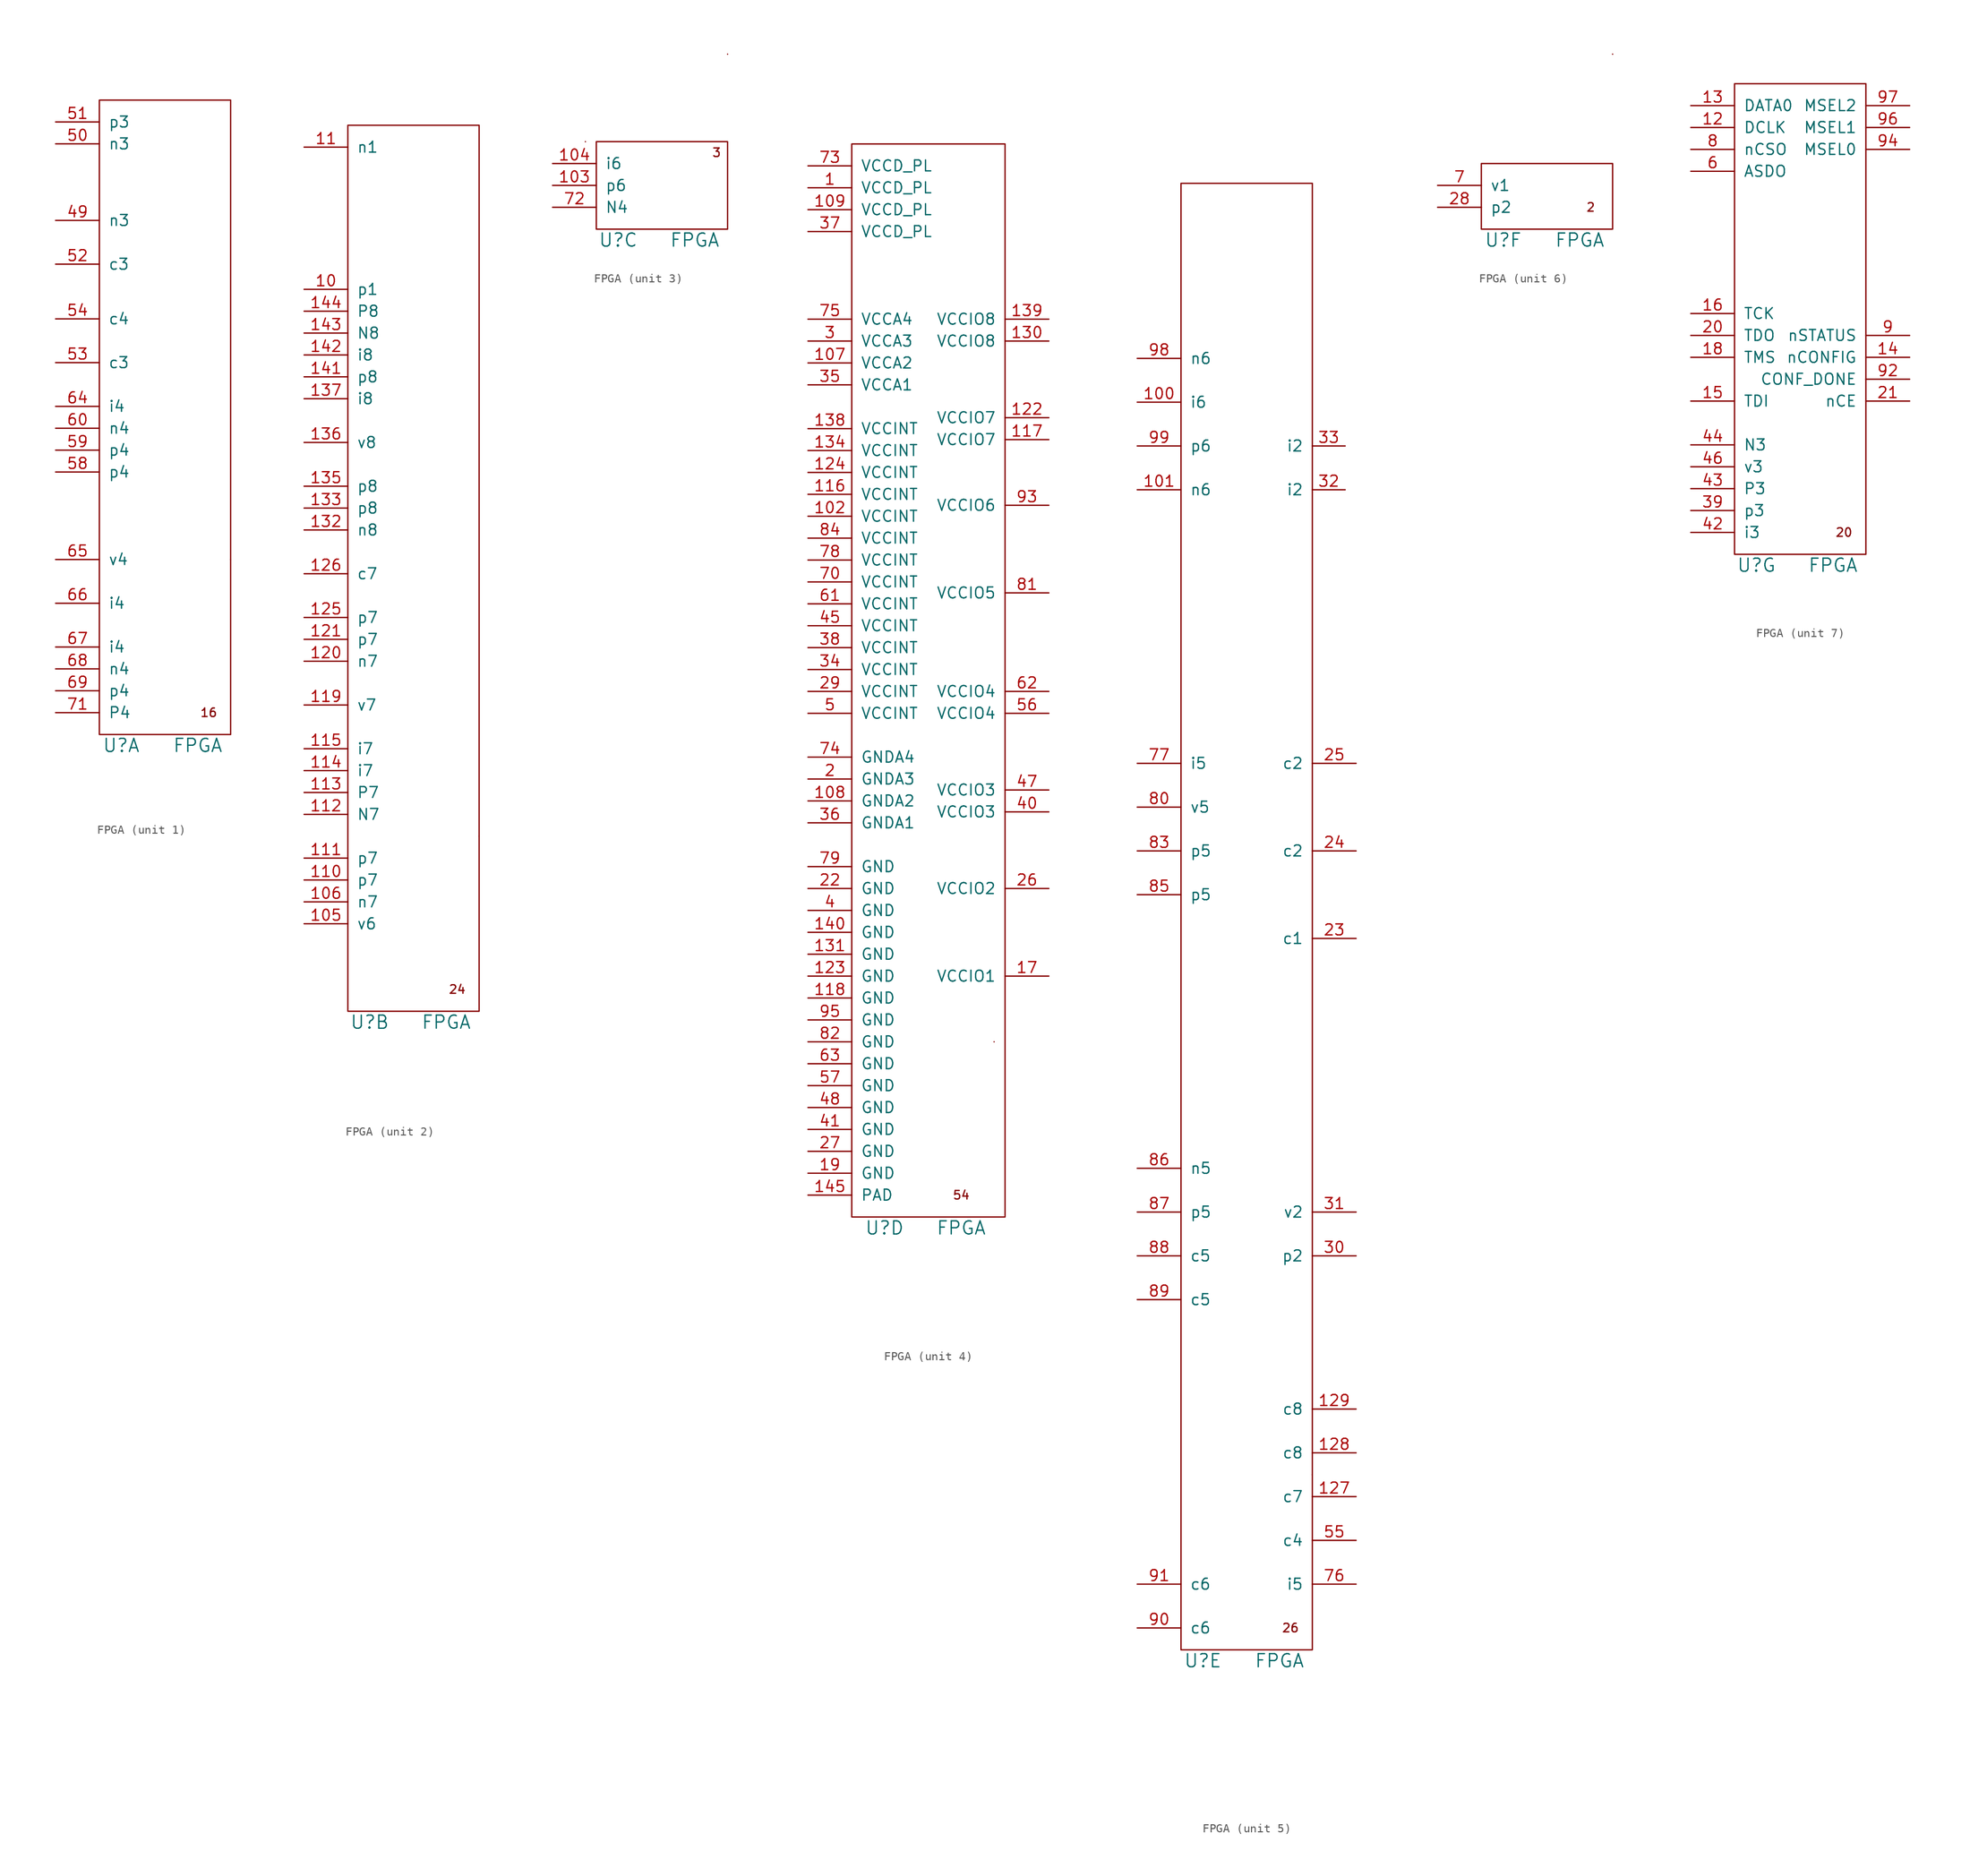
<source format=kicad_sym>
(kicad_symbol_lib
  (version 20210619)
  (generator kicad_symbol_editor)
  (symbol "hermeslite:FPGA"
    (pin_names
      (offset 1.016))
    (property "Reference" "U"
      (at 3.81 -1.27 0)
      (effects (font (size 1.524 1.524))))
    (property "Value" "FPGA"
      (at 12.7 -1.27 0)
      (effects (font (size 1.524 1.524))))
    (property "Footprint" ""
      (at 0 15.24 0)
      (effects (font (size 1.524 1.524))))
    (property "Datasheet" ""
      (at 0 15.24 0)
      (effects (font (size 1.524 1.524))))
    (property "ki_locked" ""
      (at 0 0 0)
      (effects (font (size 1.27 1.27))))
    (symbol "FPGA_0_1"
      (rectangle (start 16.51 20.32) (end 16.51 20.32) (stroke (width 0)) (fill (type none))))
    (symbol "FPGA_1_1"
      (text "16" (at 13.97 2.54 0) (effects (font (size 0.991 0.991))))
      (rectangle (start 1.27 73.66) (end 16.51 0) (stroke (width 0)) (fill (type none)))
      (pin bidirectional line (at -3.81 59.69 0) (length 5.08) (name "n3" (effects (font (size 1.27 1.27)))) (number "49" (effects (font (size 1.27 1.27)))))
      (pin bidirectional line (at -3.81 68.58 0) (length 5.08) (name "n3" (effects (font (size 1.27 1.27)))) (number "50" (effects (font (size 1.27 1.27)))))
      (pin bidirectional line (at -3.81 71.12 0) (length 5.08) (name "p3" (effects (font (size 1.27 1.27)))) (number "51" (effects (font (size 1.27 1.27)))))
      (pin bidirectional line (at -3.81 54.61 0) (length 5.08) (name "c3" (effects (font (size 1.27 1.27)))) (number "52" (effects (font (size 1.27 1.27)))))
      (pin bidirectional line (at -3.81 43.18 0) (length 5.08) (name "c3" (effects (font (size 1.27 1.27)))) (number "53" (effects (font (size 1.27 1.27)))))
      (pin bidirectional line (at -3.81 48.26 0) (length 5.08) (name "c4" (effects (font (size 1.27 1.27)))) (number "54" (effects (font (size 1.27 1.27)))))
      (pin bidirectional line (at -3.81 30.48 0) (length 5.08) (name "p4" (effects (font (size 1.27 1.27)))) (number "58" (effects (font (size 1.27 1.27)))))
      (pin bidirectional line (at -3.81 33.02 0) (length 5.08) (name "p4" (effects (font (size 1.27 1.27)))) (number "59" (effects (font (size 1.27 1.27)))))
      (pin bidirectional line (at -3.81 35.56 0) (length 5.08) (name "n4" (effects (font (size 1.27 1.27)))) (number "60" (effects (font (size 1.27 1.27)))))
      (pin bidirectional line (at -3.81 38.1 0) (length 5.08) (name "i4" (effects (font (size 1.27 1.27)))) (number "64" (effects (font (size 1.27 1.27)))))
      (pin bidirectional line (at -3.81 20.32 0) (length 5.08) (name "v4" (effects (font (size 1.27 1.27)))) (number "65" (effects (font (size 1.27 1.27)))))
      (pin bidirectional line (at -3.81 15.24 0) (length 5.08) (name "i4" (effects (font (size 1.27 1.27)))) (number "66" (effects (font (size 1.27 1.27)))))
      (pin input line (at -3.81 10.16 0) (length 5.08) (name "i4" (effects (font (size 1.27 1.27)))) (number "67" (effects (font (size 1.27 1.27)))))
      (pin input line (at -3.81 7.62 0) (length 5.08) (name "n4" (effects (font (size 1.27 1.27)))) (number "68" (effects (font (size 1.27 1.27)))))
      (pin input line (at -3.81 5.08 0) (length 5.08) (name "p4" (effects (font (size 1.27 1.27)))) (number "69" (effects (font (size 1.27 1.27)))))
      (pin input line (at -3.81 2.54 0) (length 5.08) (name "P4" (effects (font (size 1.27 1.27)))) (number "71" (effects (font (size 1.27 1.27))))))
    (symbol "FPGA_2_1"
      (text "24" (at 13.97 2.54 0) (effects (font (size 0.991 0.991))))
      (rectangle (start 1.27 102.87) (end 16.51 0) (stroke (width 0)) (fill (type none)))
      (pin bidirectional line (at -3.81 83.82 0) (length 5.08) (name "p1" (effects (font (size 1.27 1.27)))) (number "10" (effects (font (size 1.27 1.27)))))
      (pin bidirectional line (at -3.81 10.16 0) (length 5.08) (name "v6" (effects (font (size 1.27 1.27)))) (number "105" (effects (font (size 1.27 1.27)))))
      (pin bidirectional line (at -3.81 12.7 0) (length 5.08) (name "n7" (effects (font (size 1.27 1.27)))) (number "106" (effects (font (size 1.27 1.27)))))
      (pin bidirectional line (at -3.81 100.33 0) (length 5.08) (name "n1" (effects (font (size 1.27 1.27)))) (number "11" (effects (font (size 1.27 1.27)))))
      (pin bidirectional line (at -3.81 15.24 0) (length 5.08) (name "p7" (effects (font (size 1.27 1.27)))) (number "110" (effects (font (size 1.27 1.27)))))
      (pin bidirectional line (at -3.81 17.78 0) (length 5.08) (name "p7" (effects (font (size 1.27 1.27)))) (number "111" (effects (font (size 1.27 1.27)))))
      (pin bidirectional line (at -3.81 22.86 0) (length 5.08) (name "N7" (effects (font (size 1.27 1.27)))) (number "112" (effects (font (size 1.27 1.27)))))
      (pin bidirectional line (at -3.81 25.4 0) (length 5.08) (name "P7" (effects (font (size 1.27 1.27)))) (number "113" (effects (font (size 1.27 1.27)))))
      (pin bidirectional line (at -3.81 27.94 0) (length 5.08) (name "i7" (effects (font (size 1.27 1.27)))) (number "114" (effects (font (size 1.27 1.27)))))
      (pin bidirectional line (at -3.81 30.48 0) (length 5.08) (name "i7" (effects (font (size 1.27 1.27)))) (number "115" (effects (font (size 1.27 1.27)))))
      (pin bidirectional line (at -3.81 35.56 0) (length 5.08) (name "v7" (effects (font (size 1.27 1.27)))) (number "119" (effects (font (size 1.27 1.27)))))
      (pin bidirectional line (at -3.81 40.64 0) (length 5.08) (name "n7" (effects (font (size 1.27 1.27)))) (number "120" (effects (font (size 1.27 1.27)))))
      (pin bidirectional line (at -3.81 43.18 0) (length 5.08) (name "p7" (effects (font (size 1.27 1.27)))) (number "121" (effects (font (size 1.27 1.27)))))
      (pin bidirectional line (at -3.81 45.72 0) (length 5.08) (name "p7" (effects (font (size 1.27 1.27)))) (number "125" (effects (font (size 1.27 1.27)))))
      (pin bidirectional line (at -3.81 50.8 0) (length 5.08) (name "c7" (effects (font (size 1.27 1.27)))) (number "126" (effects (font (size 1.27 1.27)))))
      (pin bidirectional line (at -3.81 55.88 0) (length 5.08) (name "n8" (effects (font (size 1.27 1.27)))) (number "132" (effects (font (size 1.27 1.27)))))
      (pin bidirectional line (at -3.81 58.42 0) (length 5.08) (name "p8" (effects (font (size 1.27 1.27)))) (number "133" (effects (font (size 1.27 1.27)))))
      (pin bidirectional line (at -3.81 60.96 0) (length 5.08) (name "p8" (effects (font (size 1.27 1.27)))) (number "135" (effects (font (size 1.27 1.27)))))
      (pin bidirectional line (at -3.81 66.04 0) (length 5.08) (name "v8" (effects (font (size 1.27 1.27)))) (number "136" (effects (font (size 1.27 1.27)))))
      (pin bidirectional line (at -3.81 71.12 0) (length 5.08) (name "i8" (effects (font (size 1.27 1.27)))) (number "137" (effects (font (size 1.27 1.27)))))
      (pin bidirectional line (at -3.81 73.66 0) (length 5.08) (name "p8" (effects (font (size 1.27 1.27)))) (number "141" (effects (font (size 1.27 1.27)))))
      (pin bidirectional line (at -3.81 76.2 0) (length 5.08) (name "i8" (effects (font (size 1.27 1.27)))) (number "142" (effects (font (size 1.27 1.27)))))
      (pin bidirectional line (at -3.81 78.74 0) (length 5.08) (name "N8" (effects (font (size 1.27 1.27)))) (number "143" (effects (font (size 1.27 1.27)))))
      (pin bidirectional line (at -3.81 81.28 0) (length 5.08) (name "P8" (effects (font (size 1.27 1.27)))) (number "144" (effects (font (size 1.27 1.27))))))
    (symbol "FPGA_3_1"
      (text "3" (at 15.24 8.89 0) (effects (font (size 0.991 0.991))))
      (rectangle (start 0 10.16) (end 0 10.16) (stroke (width 0)) (fill (type none)))
      (rectangle (start 1.27 10.16) (end 16.51 0) (stroke (width 0)) (fill (type none)))
      (pin input line (at -3.81 5.08 0) (length 5.08) (name "p6" (effects (font (size 1.27 1.27)))) (number "103" (effects (font (size 1.27 1.27)))))
      (pin input line (at -3.81 7.62 0) (length 5.08) (name "i6" (effects (font (size 1.27 1.27)))) (number "104" (effects (font (size 1.27 1.27)))))
      (pin input line (at -3.81 2.54 0) (length 5.08) (name "N4" (effects (font (size 1.27 1.27)))) (number "72" (effects (font (size 1.27 1.27))))))
    (symbol "FPGA_4_1"
      (text "54" (at 12.7 2.54 0) (effects (font (size 0.991 0.991))))
      (rectangle (start 0 124.46) (end 17.78 0) (stroke (width 0)) (fill (type none)))
      (pin power_in line (at -5.08 119.38 0) (length 5.08) (name "VCCD_PL" (effects (font (size 1.27 1.27)))) (number "1" (effects (font (size 1.27 1.27)))))
      (pin power_in line (at -5.08 81.28 0) (length 5.08) (name "VCCINT" (effects (font (size 1.27 1.27)))) (number "102" (effects (font (size 1.27 1.27)))))
      (pin power_in line (at -5.08 99.06 0) (length 5.08) (name "VCCA2" (effects (font (size 1.27 1.27)))) (number "107" (effects (font (size 1.27 1.27)))))
      (pin power_in line (at -5.08 48.26 0) (length 5.08) (name "GNDA2" (effects (font (size 1.27 1.27)))) (number "108" (effects (font (size 1.27 1.27)))))
      (pin power_in line (at -5.08 116.84 0) (length 5.08) (name "VCCD_PL" (effects (font (size 1.27 1.27)))) (number "109" (effects (font (size 1.27 1.27)))))
      (pin power_in line (at -5.08 83.82 0) (length 5.08) (name "VCCINT" (effects (font (size 1.27 1.27)))) (number "116" (effects (font (size 1.27 1.27)))))
      (pin power_in line (at 22.86 90.17 180) (length 5.08) (name "VCCIO7" (effects (font (size 1.27 1.27)))) (number "117" (effects (font (size 1.27 1.27)))))
      (pin power_in line (at -5.08 25.4 0) (length 5.08) (name "GND" (effects (font (size 1.27 1.27)))) (number "118" (effects (font (size 1.27 1.27)))))
      (pin power_in line (at 22.86 92.71 180) (length 5.08) (name "VCCIO7" (effects (font (size 1.27 1.27)))) (number "122" (effects (font (size 1.27 1.27)))))
      (pin power_in line (at -5.08 27.94 0) (length 5.08) (name "GND" (effects (font (size 1.27 1.27)))) (number "123" (effects (font (size 1.27 1.27)))))
      (pin power_in line (at -5.08 86.36 0) (length 5.08) (name "VCCINT" (effects (font (size 1.27 1.27)))) (number "124" (effects (font (size 1.27 1.27)))))
      (pin power_in line (at 22.86 101.6 180) (length 5.08) (name "VCCIO8" (effects (font (size 1.27 1.27)))) (number "130" (effects (font (size 1.27 1.27)))))
      (pin power_in line (at -5.08 30.48 0) (length 5.08) (name "GND" (effects (font (size 1.27 1.27)))) (number "131" (effects (font (size 1.27 1.27)))))
      (pin power_in line (at -5.08 88.9 0) (length 5.08) (name "VCCINT" (effects (font (size 1.27 1.27)))) (number "134" (effects (font (size 1.27 1.27)))))
      (pin power_in line (at -5.08 91.44 0) (length 5.08) (name "VCCINT" (effects (font (size 1.27 1.27)))) (number "138" (effects (font (size 1.27 1.27)))))
      (pin power_in line (at 22.86 104.14 180) (length 5.08) (name "VCCIO8" (effects (font (size 1.27 1.27)))) (number "139" (effects (font (size 1.27 1.27)))))
      (pin power_in line (at -5.08 33.02 0) (length 5.08) (name "GND" (effects (font (size 1.27 1.27)))) (number "140" (effects (font (size 1.27 1.27)))))
      (pin power_in line (at -5.08 2.54 0) (length 5.08) (name "PAD" (effects (font (size 1.27 1.27)))) (number "145" (effects (font (size 1.27 1.27)))))
      (pin power_in line (at 22.86 27.94 180) (length 5.08) (name "VCCIO1" (effects (font (size 1.27 1.27)))) (number "17" (effects (font (size 1.27 1.27)))))
      (pin power_in line (at -5.08 5.08 0) (length 5.08) (name "GND" (effects (font (size 1.27 1.27)))) (number "19" (effects (font (size 1.27 1.27)))))
      (pin power_in line (at -5.08 50.8 0) (length 5.08) (name "GNDA3" (effects (font (size 1.27 1.27)))) (number "2" (effects (font (size 1.27 1.27)))))
      (pin power_in line (at -5.08 38.1 0) (length 5.08) (name "GND" (effects (font (size 1.27 1.27)))) (number "22" (effects (font (size 1.27 1.27)))))
      (pin power_in line (at 22.86 38.1 180) (length 5.08) (name "VCCIO2" (effects (font (size 1.27 1.27)))) (number "26" (effects (font (size 1.27 1.27)))))
      (pin power_in line (at -5.08 7.62 0) (length 5.08) (name "GND" (effects (font (size 1.27 1.27)))) (number "27" (effects (font (size 1.27 1.27)))))
      (pin power_in line (at -5.08 60.96 0) (length 5.08) (name "VCCINT" (effects (font (size 1.27 1.27)))) (number "29" (effects (font (size 1.27 1.27)))))
      (pin power_in line (at -5.08 101.6 0) (length 5.08) (name "VCCA3" (effects (font (size 1.27 1.27)))) (number "3" (effects (font (size 1.27 1.27)))))
      (pin power_in line (at -5.08 63.5 0) (length 5.08) (name "VCCINT" (effects (font (size 1.27 1.27)))) (number "34" (effects (font (size 1.27 1.27)))))
      (pin power_in line (at -5.08 96.52 0) (length 5.08) (name "VCCA1" (effects (font (size 1.27 1.27)))) (number "35" (effects (font (size 1.27 1.27)))))
      (pin power_in line (at -5.08 45.72 0) (length 5.08) (name "GNDA1" (effects (font (size 1.27 1.27)))) (number "36" (effects (font (size 1.27 1.27)))))
      (pin power_in line (at -5.08 114.3 0) (length 5.08) (name "VCCD_PL" (effects (font (size 1.27 1.27)))) (number "37" (effects (font (size 1.27 1.27)))))
      (pin power_in line (at -5.08 66.04 0) (length 5.08) (name "VCCINT" (effects (font (size 1.27 1.27)))) (number "38" (effects (font (size 1.27 1.27)))))
      (pin power_in line (at -5.08 35.56 0) (length 5.08) (name "GND" (effects (font (size 1.27 1.27)))) (number "4" (effects (font (size 1.27 1.27)))))
      (pin power_in line (at 22.86 46.99 180) (length 5.08) (name "VCCIO3" (effects (font (size 1.27 1.27)))) (number "40" (effects (font (size 1.27 1.27)))))
      (pin power_in line (at -5.08 10.16 0) (length 5.08) (name "GND" (effects (font (size 1.27 1.27)))) (number "41" (effects (font (size 1.27 1.27)))))
      (pin power_in line (at -5.08 68.58 0) (length 5.08) (name "VCCINT" (effects (font (size 1.27 1.27)))) (number "45" (effects (font (size 1.27 1.27)))))
      (pin power_in line (at 22.86 49.53 180) (length 5.08) (name "VCCIO3" (effects (font (size 1.27 1.27)))) (number "47" (effects (font (size 1.27 1.27)))))
      (pin power_in line (at -5.08 12.7 0) (length 5.08) (name "GND" (effects (font (size 1.27 1.27)))) (number "48" (effects (font (size 1.27 1.27)))))
      (pin power_in line (at -5.08 58.42 0) (length 5.08) (name "VCCINT" (effects (font (size 1.27 1.27)))) (number "5" (effects (font (size 1.27 1.27)))))
      (pin power_in line (at 22.86 58.42 180) (length 5.08) (name "VCCIO4" (effects (font (size 1.27 1.27)))) (number "56" (effects (font (size 1.27 1.27)))))
      (pin power_in line (at -5.08 15.24 0) (length 5.08) (name "GND" (effects (font (size 1.27 1.27)))) (number "57" (effects (font (size 1.27 1.27)))))
      (pin power_in line (at -5.08 71.12 0) (length 5.08) (name "VCCINT" (effects (font (size 1.27 1.27)))) (number "61" (effects (font (size 1.27 1.27)))))
      (pin power_in line (at 22.86 60.96 180) (length 5.08) (name "VCCIO4" (effects (font (size 1.27 1.27)))) (number "62" (effects (font (size 1.27 1.27)))))
      (pin power_in line (at -5.08 17.78 0) (length 5.08) (name "GND" (effects (font (size 1.27 1.27)))) (number "63" (effects (font (size 1.27 1.27)))))
      (pin power_in line (at -5.08 73.66 0) (length 5.08) (name "VCCINT" (effects (font (size 1.27 1.27)))) (number "70" (effects (font (size 1.27 1.27)))))
      (pin power_in line (at -5.08 121.92 0) (length 5.08) (name "VCCD_PL" (effects (font (size 1.27 1.27)))) (number "73" (effects (font (size 1.27 1.27)))))
      (pin power_in line (at -5.08 53.34 0) (length 5.08) (name "GNDA4" (effects (font (size 1.27 1.27)))) (number "74" (effects (font (size 1.27 1.27)))))
      (pin power_in line (at -5.08 104.14 0) (length 5.08) (name "VCCA4" (effects (font (size 1.27 1.27)))) (number "75" (effects (font (size 1.27 1.27)))))
      (pin power_in line (at -5.08 76.2 0) (length 5.08) (name "VCCINT" (effects (font (size 1.27 1.27)))) (number "78" (effects (font (size 1.27 1.27)))))
      (pin power_in line (at -5.08 40.64 0) (length 5.08) (name "GND" (effects (font (size 1.27 1.27)))) (number "79" (effects (font (size 1.27 1.27)))))
      (pin power_in line (at 22.86 72.39 180) (length 5.08) (name "VCCIO5" (effects (font (size 1.27 1.27)))) (number "81" (effects (font (size 1.27 1.27)))))
      (pin power_in line (at -5.08 20.32 0) (length 5.08) (name "GND" (effects (font (size 1.27 1.27)))) (number "82" (effects (font (size 1.27 1.27)))))
      (pin power_in line (at -5.08 78.74 0) (length 5.08) (name "VCCINT" (effects (font (size 1.27 1.27)))) (number "84" (effects (font (size 1.27 1.27)))))
      (pin power_in line (at 22.86 82.55 180) (length 5.08) (name "VCCIO6" (effects (font (size 1.27 1.27)))) (number "93" (effects (font (size 1.27 1.27)))))
      (pin power_in line (at -5.08 22.86 0) (length 5.08) (name "GND" (effects (font (size 1.27 1.27)))) (number "95" (effects (font (size 1.27 1.27))))))
    (symbol "FPGA_5_1"
      (text "26" (at 13.97 2.54 0) (effects (font (size 0.991 0.991))))
      (rectangle (start 1.27 170.18) (end 16.51 0) (stroke (width 0)) (fill (type none)))
      (pin output line (at -3.81 144.78 0) (length 5.08) (name "i6" (effects (font (size 1.27 1.27)))) (number "100" (effects (font (size 1.27 1.27)))))
      (pin output line (at -3.81 134.62 0) (length 5.08) (name "n6" (effects (font (size 1.27 1.27)))) (number "101" (effects (font (size 1.27 1.27)))))
      (pin input line (at 21.59 17.78 180) (length 5.08) (name "c7" (effects (font (size 1.27 1.27)))) (number "127" (effects (font (size 1.27 1.27)))))
      (pin input line (at 21.59 22.86 180) (length 5.08) (name "c8" (effects (font (size 1.27 1.27)))) (number "128" (effects (font (size 1.27 1.27)))))
      (pin input line (at 21.59 27.94 180) (length 5.08) (name "c8" (effects (font (size 1.27 1.27)))) (number "129" (effects (font (size 1.27 1.27)))))
      (pin input line (at 21.59 82.55 180) (length 5.08) (name "c1" (effects (font (size 1.27 1.27)))) (number "23" (effects (font (size 1.27 1.27)))))
      (pin input line (at 21.59 92.71 180) (length 5.08) (name "c2" (effects (font (size 1.27 1.27)))) (number "24" (effects (font (size 1.27 1.27)))))
      (pin input line (at 21.59 102.87 180) (length 5.08) (name "c2" (effects (font (size 1.27 1.27)))) (number "25" (effects (font (size 1.27 1.27)))))
      (pin input line (at 21.59 45.72 180) (length 5.08) (name "p2" (effects (font (size 1.27 1.27)))) (number "30" (effects (font (size 1.27 1.27)))))
      (pin input line (at 21.59 50.8 180) (length 5.08) (name "v2" (effects (font (size 1.27 1.27)))) (number "31" (effects (font (size 1.27 1.27)))))
      (pin power_out line (at 20.32 134.62 180) (length 3.81) (name "i2" (effects (font (size 1.27 1.27)))) (number "32" (effects (font (size 1.27 1.27)))))
      (pin power_out line (at 20.32 139.7 180) (length 3.81) (name "i2" (effects (font (size 1.27 1.27)))) (number "33" (effects (font (size 1.27 1.27)))))
      (pin bidirectional line (at 21.59 12.7 180) (length 5.08) (name "c4" (effects (font (size 1.27 1.27)))) (number "55" (effects (font (size 1.27 1.27)))))
      (pin bidirectional line (at 21.59 7.62 180) (length 5.08) (name "i5" (effects (font (size 1.27 1.27)))) (number "76" (effects (font (size 1.27 1.27)))))
      (pin bidirectional line (at -3.81 102.87 0) (length 5.08) (name "i5" (effects (font (size 1.27 1.27)))) (number "77" (effects (font (size 1.27 1.27)))))
      (pin bidirectional line (at -3.81 97.79 0) (length 5.08) (name "v5" (effects (font (size 1.27 1.27)))) (number "80" (effects (font (size 1.27 1.27)))))
      (pin bidirectional line (at -3.81 92.71 0) (length 5.08) (name "p5" (effects (font (size 1.27 1.27)))) (number "83" (effects (font (size 1.27 1.27)))))
      (pin bidirectional line (at -3.81 87.63 0) (length 5.08) (name "p5" (effects (font (size 1.27 1.27)))) (number "85" (effects (font (size 1.27 1.27)))))
      (pin bidirectional line (at -3.81 55.88 0) (length 5.08) (name "n5" (effects (font (size 1.27 1.27)))) (number "86" (effects (font (size 1.27 1.27)))))
      (pin bidirectional line (at -3.81 50.8 0) (length 5.08) (name "p5" (effects (font (size 1.27 1.27)))) (number "87" (effects (font (size 1.27 1.27)))))
      (pin bidirectional line (at -3.81 45.72 0) (length 5.08) (name "c5" (effects (font (size 1.27 1.27)))) (number "88" (effects (font (size 1.27 1.27)))))
      (pin bidirectional line (at -3.81 40.64 0) (length 5.08) (name "c5" (effects (font (size 1.27 1.27)))) (number "89" (effects (font (size 1.27 1.27)))))
      (pin input line (at -3.81 2.54 0) (length 5.08) (name "c6" (effects (font (size 1.27 1.27)))) (number "90" (effects (font (size 1.27 1.27)))))
      (pin input line (at -3.81 7.62 0) (length 5.08) (name "c6" (effects (font (size 1.27 1.27)))) (number "91" (effects (font (size 1.27 1.27)))))
      (pin output line (at -3.81 149.86 0) (length 5.08) (name "n6" (effects (font (size 1.27 1.27)))) (number "98" (effects (font (size 1.27 1.27)))))
      (pin output line (at -3.81 139.7 0) (length 5.08) (name "p6" (effects (font (size 1.27 1.27)))) (number "99" (effects (font (size 1.27 1.27))))))
    (symbol "FPGA_6_1"
      (text "2" (at 13.97 2.54 0) (effects (font (size 0.991 0.991))))
      (rectangle (start 1.27 7.62) (end 16.51 0) (stroke (width 0)) (fill (type none)))
      (pin input line (at -3.81 2.54 0) (length 5.08) (name "p2" (effects (font (size 1.27 1.27)))) (number "28" (effects (font (size 1.27 1.27)))))
      (pin input line (at -3.81 5.08 0) (length 5.08) (name "v1" (effects (font (size 1.27 1.27)))) (number "7" (effects (font (size 1.27 1.27))))))
    (symbol "FPGA_7_1"
      (text "20" (at 13.97 2.54 0) (effects (font (size 0.991 0.991))))
      (rectangle (start 1.27 54.61) (end 16.51 0) (stroke (width 0)) (fill (type none)))
      (pin bidirectional line (at -3.81 49.53 0) (length 5.08) (name "DCLK" (effects (font (size 1.27 1.27)))) (number "12" (effects (font (size 1.27 1.27)))))
      (pin bidirectional line (at -3.81 52.07 0) (length 5.08) (name "DATA0" (effects (font (size 1.27 1.27)))) (number "13" (effects (font (size 1.27 1.27)))))
      (pin bidirectional line (at 21.59 22.86 180) (length 5.08) (name "nCONFIG" (effects (font (size 1.27 1.27)))) (number "14" (effects (font (size 1.27 1.27)))))
      (pin bidirectional line (at -3.81 17.78 0) (length 5.08) (name "TDI" (effects (font (size 1.27 1.27)))) (number "15" (effects (font (size 1.27 1.27)))))
      (pin bidirectional line (at -3.81 27.94 0) (length 5.08) (name "TCK" (effects (font (size 1.27 1.27)))) (number "16" (effects (font (size 1.27 1.27)))))
      (pin bidirectional line (at -3.81 22.86 0) (length 5.08) (name "TMS" (effects (font (size 1.27 1.27)))) (number "18" (effects (font (size 1.27 1.27)))))
      (pin output line (at -3.81 25.4 0) (length 5.08) (name "TDO" (effects (font (size 1.27 1.27)))) (number "20" (effects (font (size 1.27 1.27)))))
      (pin bidirectional line (at 21.59 17.78 180) (length 5.08) (name "nCE" (effects (font (size 1.27 1.27)))) (number "21" (effects (font (size 1.27 1.27)))))
      (pin input line (at -3.81 5.08 0) (length 5.08) (name "p3" (effects (font (size 1.27 1.27)))) (number "39" (effects (font (size 1.27 1.27)))))
      (pin input line (at -3.81 2.54 0) (length 5.08) (name "i3" (effects (font (size 1.27 1.27)))) (number "42" (effects (font (size 1.27 1.27)))))
      (pin input line (at -3.81 7.62 0) (length 5.08) (name "P3" (effects (font (size 1.27 1.27)))) (number "43" (effects (font (size 1.27 1.27)))))
      (pin input line (at -3.81 12.7 0) (length 5.08) (name "N3" (effects (font (size 1.27 1.27)))) (number "44" (effects (font (size 1.27 1.27)))))
      (pin input line (at -3.81 10.16 0) (length 5.08) (name "v3" (effects (font (size 1.27 1.27)))) (number "46" (effects (font (size 1.27 1.27)))))
      (pin bidirectional line (at -3.81 44.45 0) (length 5.08) (name "ASDO" (effects (font (size 1.27 1.27)))) (number "6" (effects (font (size 1.27 1.27)))))
      (pin bidirectional line (at -3.81 46.99 0) (length 5.08) (name "nCSO" (effects (font (size 1.27 1.27)))) (number "8" (effects (font (size 1.27 1.27)))))
      (pin bidirectional line (at 21.59 25.4 180) (length 5.08) (name "nSTATUS" (effects (font (size 1.27 1.27)))) (number "9" (effects (font (size 1.27 1.27)))))
      (pin bidirectional line (at 21.59 20.32 180) (length 5.08) (name "CONF_DONE" (effects (font (size 1.27 1.27)))) (number "92" (effects (font (size 1.27 1.27)))))
      (pin bidirectional line (at 21.59 46.99 180) (length 5.08) (name "MSEL0" (effects (font (size 1.27 1.27)))) (number "94" (effects (font (size 1.27 1.27)))))
      (pin bidirectional line (at 21.59 49.53 180) (length 5.08) (name "MSEL1" (effects (font (size 1.27 1.27)))) (number "96" (effects (font (size 1.27 1.27)))))
      (pin bidirectional line (at 21.59 52.07 180) (length 5.08) (name "MSEL2" (effects (font (size 1.27 1.27)))) (number "97" (effects (font (size 1.27 1.27))))))))
</source>
